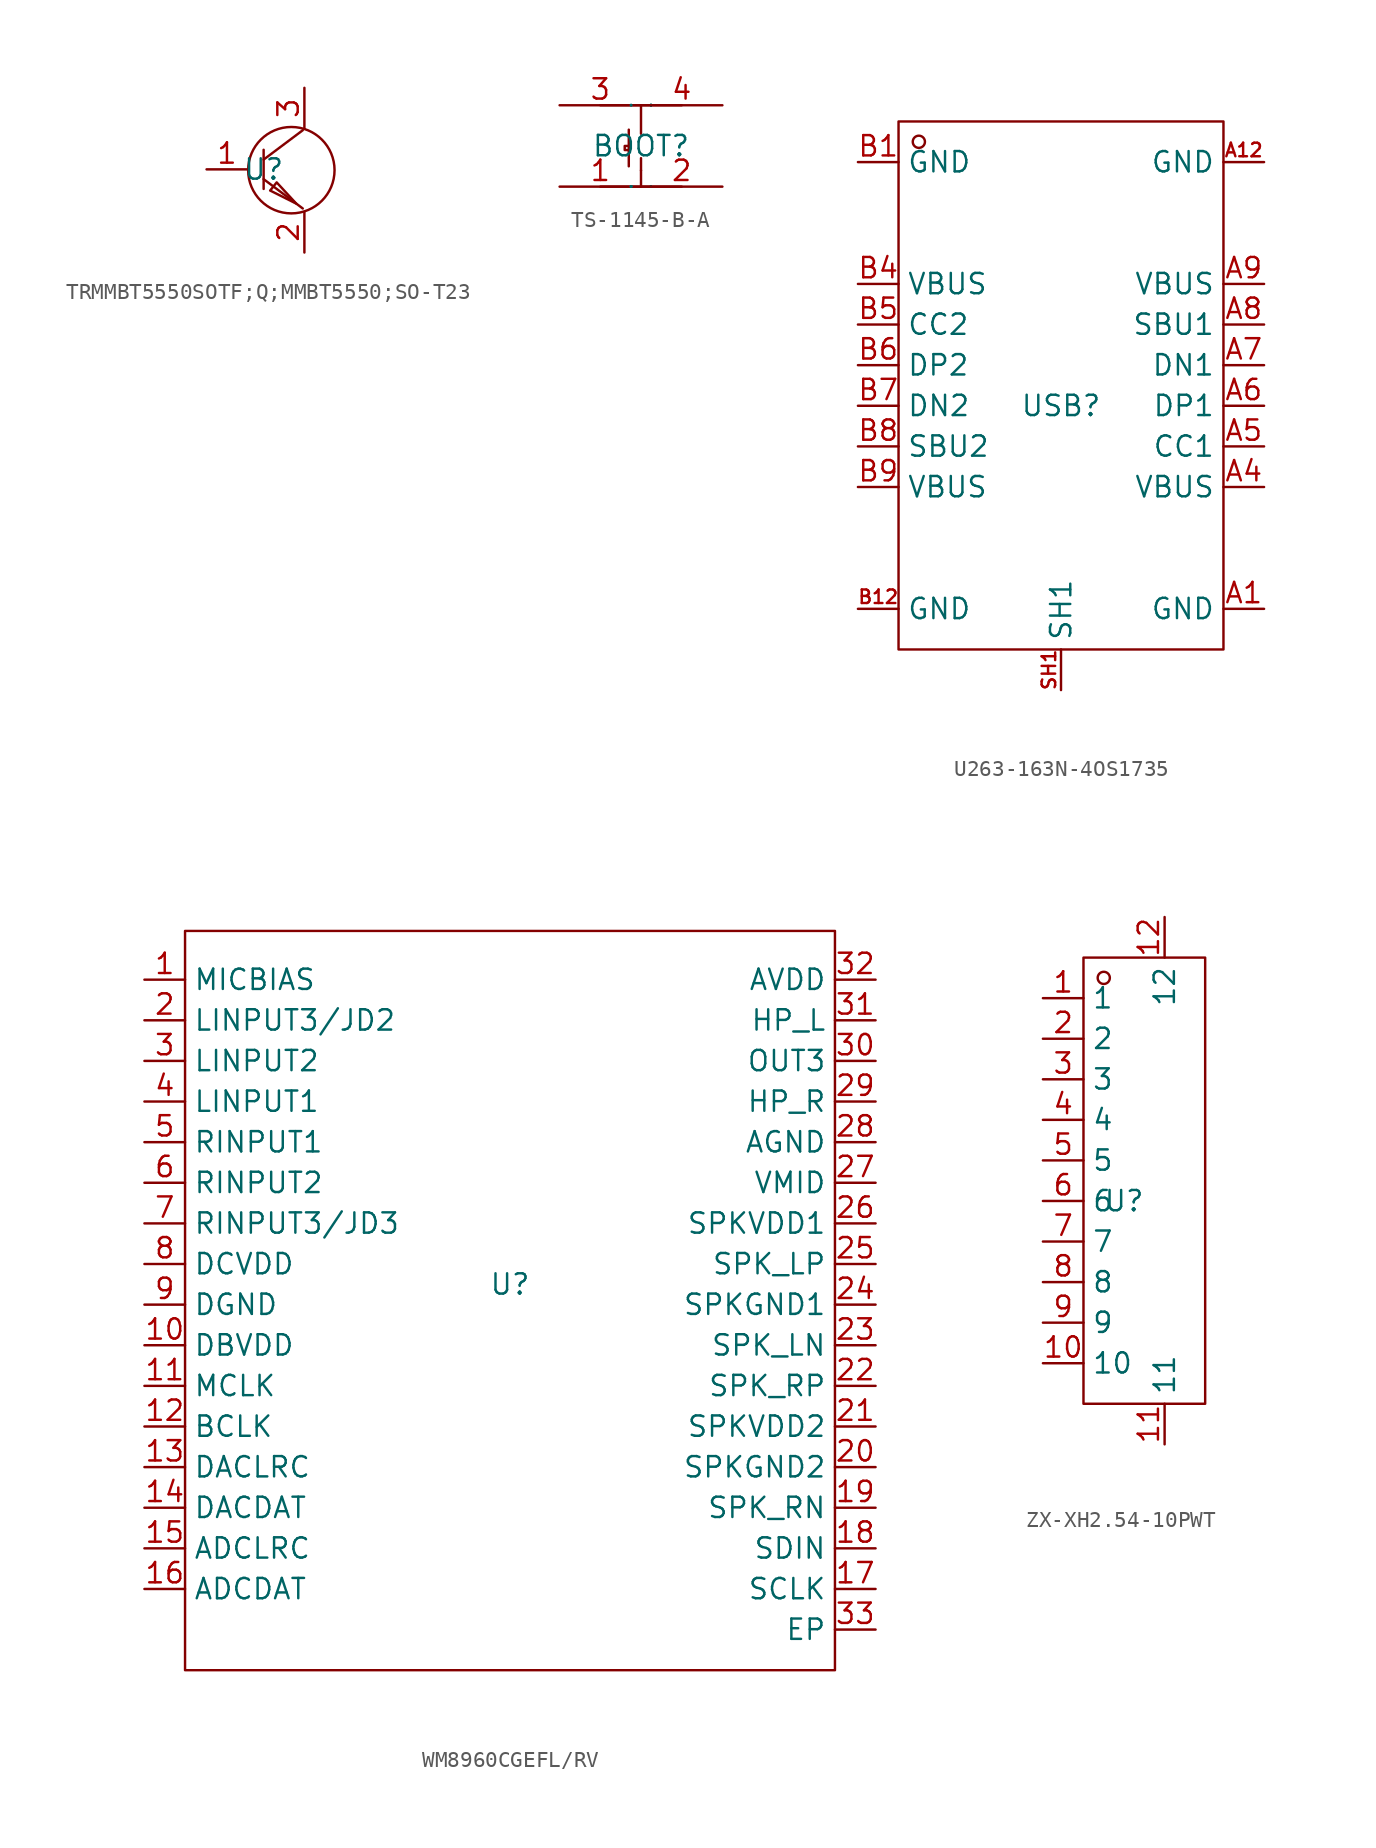
<source format=kicad_sym>
(kicad_symbol_lib
  (version 20231120)
  (generator "kicad_symbol_editor")
  (generator_version "8.0")
  (symbol "TRMMBT5550SOTF;Q;MMBT5550;SO-T23"
    (property "Reference" "U"
      (at 0 0 0)
      (effects (font (size 1.27 1.27))))
    (symbol "TRMMBT5550SOTF;Q;MMBT5550;SO-T23_1_0"
      (polyline (pts (xy 0 -0.61) (xy 2.438 -2.438)) (stroke (width 0) (type default)) (fill (type none)))
      (polyline (pts (xy 0 0.61) (xy 2.438 2.438)) (stroke (width 0) (type default)) (fill (type none)))
      (polyline (pts (xy 0 1.219) (xy 0 -1.219)) (stroke (width 0) (type default)) (fill (type none)))
      (polyline (pts (xy 0.813 -0.813) (xy 0.406 -1.321) (xy 0.406 -1.321) (xy 2.032 -2.134) (xy 2.032 -2.134) (xy 0.813 -0.813)) (stroke (width 0) (type default)) (fill (type none)))
      (circle (center 1.727 -0.051) (radius 2.692) (stroke (width 0) (type default)) (fill (type none)))
      (pin unspecified line (at -3.556 0 0) (length 2.54) (name "" (effects (font (size 1.27 1.27)))) (number "1" (effects (font (size 1.27 1.27)))))
      (pin unspecified line (at 2.54 -5.182 90) (length 2.54) (name "" (effects (font (size 1.27 1.27)))) (number "2" (effects (font (size 1.27 1.27)))))
      (pin unspecified line (at 2.54 5.08 270) (length 2.54) (name "" (effects (font (size 1.27 1.27)))) (number "3" (effects (font (size 1.27 1.27)))))))
  (symbol "TS-1145-B-A"
    (property "Reference" "BOOT"
      (at 0 0 0)
      (effects (font (size 1.27 1.27))))
    (property "Value" ""
      (at 0 0 0)
      (effects (font (size 1.27 1.27))))
    (symbol "TS-1145-B-A_1_0"
      (polyline (pts (xy -2.54 -2.54) (xy 2.54 -2.54)) (stroke (width 0) (type default)) (fill (type none)))
      (polyline (pts (xy -2.54 2.54) (xy 2.54 2.54)) (stroke (width 0) (type default)) (fill (type none)))
      (polyline (pts (xy -0.762 -1.27) (xy -0.762 1.016)) (stroke (width 0) (type default)) (fill (type none)))
      (polyline (pts (xy 0 -2.54) (xy 0 -1.524)) (stroke (width 0) (type default)) (fill (type none)))
      (polyline (pts (xy 0 -1.524) (xy 0 -0.762)) (stroke (width 0) (type default)) (fill (type none)))
      (polyline (pts (xy 0 2.54) (xy 0 0.762)) (stroke (width 0) (type default)) (fill (type none)))
      (polyline (pts (xy -0.762 -0.254) (xy -1.016 -0.254) (xy -1.016 -0.254) (xy -1.016 0) (xy -1.016 0) (xy -0.762 0)) (stroke (width 0) (type default)) (fill (type none)))
      (pin unspecified line (at -5.08 -2.54 0) (length 5.08) (name "1" (effects (font (size 0.025 0.025)))) (number "1" (effects (font (size 1.27 1.27)))))
      (pin unspecified line (at 5.08 -2.54 180) (length 5.08) (name "2" (effects (font (size 0.025 0.025)))) (number "2" (effects (font (size 1.27 1.27)))))
      (pin unspecified line (at -5.08 2.54 0) (length 5.08) (name "3" (effects (font (size 0.025 0.025)))) (number "3" (effects (font (size 1.27 1.27)))))
      (pin unspecified line (at 5.08 2.54 180) (length 5.08) (name "4" (effects (font (size 0.025 0.025)))) (number "4" (effects (font (size 1.27 1.27)))))))
  (symbol "U263-163N-4OS1735"
    (property "Reference" "USB"
      (at 0 0 0)
      (effects (font (size 1.27 1.27))))
    (property "Value" ""
      (at 0 0 0)
      (effects (font (size 1.27 1.27))))
    (symbol "U263-163N-4OS1735_1_0"
      (rectangle (start -10.16 -15.24) (end 10.16 17.78) (stroke (width 0) (type default)) (fill (type none)))
      (circle (center -8.89 16.51) (radius 0.381) (stroke (width 0) (type default)) (fill (type none)))
      (pin unspecified line (at 12.7 -12.7 180) (length 2.54) (name "GND" (effects (font (size 1.27 1.27)))) (number "A1" (effects (font (size 1.27 1.27)))))
      (pin unspecified line (at 12.7 15.24 180) (length 2.54) (name "GND" (effects (font (size 1.27 1.27)))) (number "A12" (effects (font (size 0.847 0.847)))))
      (pin unspecified line (at 12.7 -5.08 180) (length 2.54) (name "VBUS" (effects (font (size 1.27 1.27)))) (number "A4" (effects (font (size 1.27 1.27)))))
      (pin unspecified line (at 12.7 -2.54 180) (length 2.54) (name "CC1" (effects (font (size 1.27 1.27)))) (number "A5" (effects (font (size 1.27 1.27)))))
      (pin unspecified line (at 12.7 0 180) (length 2.54) (name "DP1" (effects (font (size 1.27 1.27)))) (number "A6" (effects (font (size 1.27 1.27)))))
      (pin unspecified line (at 12.7 2.54 180) (length 2.54) (name "DN1" (effects (font (size 1.27 1.27)))) (number "A7" (effects (font (size 1.27 1.27)))))
      (pin unspecified line (at 12.7 5.08 180) (length 2.54) (name "SBU1" (effects (font (size 1.27 1.27)))) (number "A8" (effects (font (size 1.27 1.27)))))
      (pin unspecified line (at 12.7 7.62 180) (length 2.54) (name "VBUS" (effects (font (size 1.27 1.27)))) (number "A9" (effects (font (size 1.27 1.27)))))
      (pin unspecified line (at -12.7 15.24 0) (length 2.54) (name "GND" (effects (font (size 1.27 1.27)))) (number "B1" (effects (font (size 1.27 1.27)))))
      (pin unspecified line (at -12.7 -12.7 0) (length 2.54) (name "GND" (effects (font (size 1.27 1.27)))) (number "B12" (effects (font (size 0.847 0.847)))))
      (pin unspecified line (at -12.7 7.62 0) (length 2.54) (name "VBUS" (effects (font (size 1.27 1.27)))) (number "B4" (effects (font (size 1.27 1.27)))))
      (pin unspecified line (at -12.7 5.08 0) (length 2.54) (name "CC2" (effects (font (size 1.27 1.27)))) (number "B5" (effects (font (size 1.27 1.27)))))
      (pin unspecified line (at -12.7 2.54 0) (length 2.54) (name "DP2" (effects (font (size 1.27 1.27)))) (number "B6" (effects (font (size 1.27 1.27)))))
      (pin unspecified line (at -12.7 0 0) (length 2.54) (name "DN2" (effects (font (size 1.27 1.27)))) (number "B7" (effects (font (size 1.27 1.27)))))
      (pin unspecified line (at -12.7 -2.54 0) (length 2.54) (name "SBU2" (effects (font (size 1.27 1.27)))) (number "B8" (effects (font (size 1.27 1.27)))))
      (pin unspecified line (at -12.7 -5.08 0) (length 2.54) (name "VBUS" (effects (font (size 1.27 1.27)))) (number "B9" (effects (font (size 1.27 1.27)))))
      (pin unspecified line (at 0 -17.78 90) (length 2.54) (name "SH1" (effects (font (size 1.27 1.27)))) (number "SH1" (effects (font (size 0.847 0.847)))))))
  (symbol "WM8960CGEFL/RV"
    (property "Reference" "U"
      (at 0 0 0)
      (effects (font (size 1.27 1.27))))
    (property "Value" ""
      (at 0 0 0)
      (effects (font (size 1.27 1.27))))
    (symbol "WM8960CGEFL/RV_1_0"
      (rectangle (start -20.32 -24.13) (end 20.32 22.098) (stroke (width 0) (type default)) (fill (type none)))
      (pin unspecified line (at -22.86 19.05 0) (length 2.54) (name "MICBIAS" (effects (font (size 1.27 1.27)))) (number "1" (effects (font (size 1.27 1.27)))))
      (pin unspecified line (at -22.86 -3.81 0) (length 2.54) (name "DBVDD" (effects (font (size 1.27 1.27)))) (number "10" (effects (font (size 1.27 1.27)))))
      (pin unspecified line (at -22.86 -6.35 0) (length 2.54) (name "MCLK" (effects (font (size 1.27 1.27)))) (number "11" (effects (font (size 1.27 1.27)))))
      (pin unspecified line (at -22.86 -8.89 0) (length 2.54) (name "BCLK" (effects (font (size 1.27 1.27)))) (number "12" (effects (font (size 1.27 1.27)))))
      (pin unspecified line (at -22.86 -11.43 0) (length 2.54) (name "DACLRC" (effects (font (size 1.27 1.27)))) (number "13" (effects (font (size 1.27 1.27)))))
      (pin unspecified line (at -22.86 -13.97 0) (length 2.54) (name "DACDAT" (effects (font (size 1.27 1.27)))) (number "14" (effects (font (size 1.27 1.27)))))
      (pin unspecified line (at -22.86 -16.51 0) (length 2.54) (name "ADCLRC" (effects (font (size 1.27 1.27)))) (number "15" (effects (font (size 1.27 1.27)))))
      (pin unspecified line (at -22.86 -19.05 0) (length 2.54) (name "ADCDAT" (effects (font (size 1.27 1.27)))) (number "16" (effects (font (size 1.27 1.27)))))
      (pin unspecified line (at 22.86 -19.05 180) (length 2.54) (name "SCLK" (effects (font (size 1.27 1.27)))) (number "17" (effects (font (size 1.27 1.27)))))
      (pin unspecified line (at 22.86 -16.51 180) (length 2.54) (name "SDIN" (effects (font (size 1.27 1.27)))) (number "18" (effects (font (size 1.27 1.27)))))
      (pin unspecified line (at 22.86 -13.97 180) (length 2.54) (name "SPK_RN" (effects (font (size 1.27 1.27)))) (number "19" (effects (font (size 1.27 1.27)))))
      (pin unspecified line (at -22.86 16.51 0) (length 2.54) (name "LINPUT3/JD2" (effects (font (size 1.27 1.27)))) (number "2" (effects (font (size 1.27 1.27)))))
      (pin unspecified line (at 22.86 -11.43 180) (length 2.54) (name "SPKGND2" (effects (font (size 1.27 1.27)))) (number "20" (effects (font (size 1.27 1.27)))))
      (pin unspecified line (at 22.86 -8.89 180) (length 2.54) (name "SPKVDD2" (effects (font (size 1.27 1.27)))) (number "21" (effects (font (size 1.27 1.27)))))
      (pin unspecified line (at 22.86 -6.35 180) (length 2.54) (name "SPK_RP" (effects (font (size 1.27 1.27)))) (number "22" (effects (font (size 1.27 1.27)))))
      (pin unspecified line (at 22.86 -3.81 180) (length 2.54) (name "SPK_LN" (effects (font (size 1.27 1.27)))) (number "23" (effects (font (size 1.27 1.27)))))
      (pin unspecified line (at 22.86 -1.27 180) (length 2.54) (name "SPKGND1" (effects (font (size 1.27 1.27)))) (number "24" (effects (font (size 1.27 1.27)))))
      (pin unspecified line (at 22.86 1.27 180) (length 2.54) (name "SPK_LP" (effects (font (size 1.27 1.27)))) (number "25" (effects (font (size 1.27 1.27)))))
      (pin unspecified line (at 22.86 3.81 180) (length 2.54) (name "SPKVDD1" (effects (font (size 1.27 1.27)))) (number "26" (effects (font (size 1.27 1.27)))))
      (pin unspecified line (at 22.86 6.35 180) (length 2.54) (name "VMID" (effects (font (size 1.27 1.27)))) (number "27" (effects (font (size 1.27 1.27)))))
      (pin unspecified line (at 22.86 8.89 180) (length 2.54) (name "AGND" (effects (font (size 1.27 1.27)))) (number "28" (effects (font (size 1.27 1.27)))))
      (pin unspecified line (at 22.86 11.43 180) (length 2.54) (name "HP_R" (effects (font (size 1.27 1.27)))) (number "29" (effects (font (size 1.27 1.27)))))
      (pin unspecified line (at -22.86 13.97 0) (length 2.54) (name "LINPUT2" (effects (font (size 1.27 1.27)))) (number "3" (effects (font (size 1.27 1.27)))))
      (pin unspecified line (at 22.86 13.97 180) (length 2.54) (name "OUT3" (effects (font (size 1.27 1.27)))) (number "30" (effects (font (size 1.27 1.27)))))
      (pin unspecified line (at 22.86 16.51 180) (length 2.54) (name "HP_L" (effects (font (size 1.27 1.27)))) (number "31" (effects (font (size 1.27 1.27)))))
      (pin unspecified line (at 22.86 19.05 180) (length 2.54) (name "AVDD" (effects (font (size 1.27 1.27)))) (number "32" (effects (font (size 1.27 1.27)))))
      (pin unspecified line (at 22.86 -21.59 180) (length 2.54) (name "EP" (effects (font (size 1.27 1.27)))) (number "33" (effects (font (size 1.27 1.27)))))
      (pin unspecified line (at -22.86 11.43 0) (length 2.54) (name "LINPUT1" (effects (font (size 1.27 1.27)))) (number "4" (effects (font (size 1.27 1.27)))))
      (pin unspecified line (at -22.86 8.89 0) (length 2.54) (name "RINPUT1" (effects (font (size 1.27 1.27)))) (number "5" (effects (font (size 1.27 1.27)))))
      (pin unspecified line (at -22.86 6.35 0) (length 2.54) (name "RINPUT2" (effects (font (size 1.27 1.27)))) (number "6" (effects (font (size 1.27 1.27)))))
      (pin unspecified line (at -22.86 3.81 0) (length 2.54) (name "RINPUT3/JD3" (effects (font (size 1.27 1.27)))) (number "7" (effects (font (size 1.27 1.27)))))
      (pin unspecified line (at -22.86 1.27 0) (length 2.54) (name "DCVDD" (effects (font (size 1.27 1.27)))) (number "8" (effects (font (size 1.27 1.27)))))
      (pin unspecified line (at -22.86 -1.27 0) (length 2.54) (name "DGND" (effects (font (size 1.27 1.27)))) (number "9" (effects (font (size 1.27 1.27)))))))
  (symbol "ZX-XH2.54-10PWT"
    (property "Reference" "U"
      (at 0 0 0)
      (effects (font (size 1.27 1.27))))
    (property "Value" ""
      (at 0 0 0)
      (effects (font (size 1.27 1.27))))
    (symbol "ZX-XH2.54-10PWT_1_0"
      (rectangle (start -2.54 -12.7) (end 5.08 15.24) (stroke (width 0) (type default)) (fill (type none)))
      (circle (center -1.27 13.97) (radius 0.381) (stroke (width 0) (type default)) (fill (type none)))
      (pin unspecified line (at -5.08 12.7 0) (length 2.54) (name "1" (effects (font (size 1.27 1.27)))) (number "1" (effects (font (size 1.27 1.27)))))
      (pin unspecified line (at -5.08 -10.16 0) (length 2.54) (name "10" (effects (font (size 1.27 1.27)))) (number "10" (effects (font (size 1.27 1.27)))))
      (pin unspecified line (at 2.54 -15.24 90) (length 2.54) (name "11" (effects (font (size 1.27 1.27)))) (number "11" (effects (font (size 1.27 1.27)))))
      (pin unspecified line (at 2.54 17.78 270) (length 2.54) (name "12" (effects (font (size 1.27 1.27)))) (number "12" (effects (font (size 1.27 1.27)))))
      (pin unspecified line (at -5.08 10.16 0) (length 2.54) (name "2" (effects (font (size 1.27 1.27)))) (number "2" (effects (font (size 1.27 1.27)))))
      (pin unspecified line (at -5.08 7.62 0) (length 2.54) (name "3" (effects (font (size 1.27 1.27)))) (number "3" (effects (font (size 1.27 1.27)))))
      (pin unspecified line (at -5.08 5.08 0) (length 2.54) (name "4" (effects (font (size 1.27 1.27)))) (number "4" (effects (font (size 1.27 1.27)))))
      (pin unspecified line (at -5.08 2.54 0) (length 2.54) (name "5" (effects (font (size 1.27 1.27)))) (number "5" (effects (font (size 1.27 1.27)))))
      (pin unspecified line (at -5.08 0 0) (length 2.54) (name "6" (effects (font (size 1.27 1.27)))) (number "6" (effects (font (size 1.27 1.27)))))
      (pin unspecified line (at -5.08 -2.54 0) (length 2.54) (name "7" (effects (font (size 1.27 1.27)))) (number "7" (effects (font (size 1.27 1.27)))))
      (pin unspecified line (at -5.08 -5.08 0) (length 2.54) (name "8" (effects (font (size 1.27 1.27)))) (number "8" (effects (font (size 1.27 1.27)))))
      (pin unspecified line (at -5.08 -7.62 0) (length 2.54) (name "9" (effects (font (size 1.27 1.27)))) (number "9" (effects (font (size 1.27 1.27))))))))
</source>
